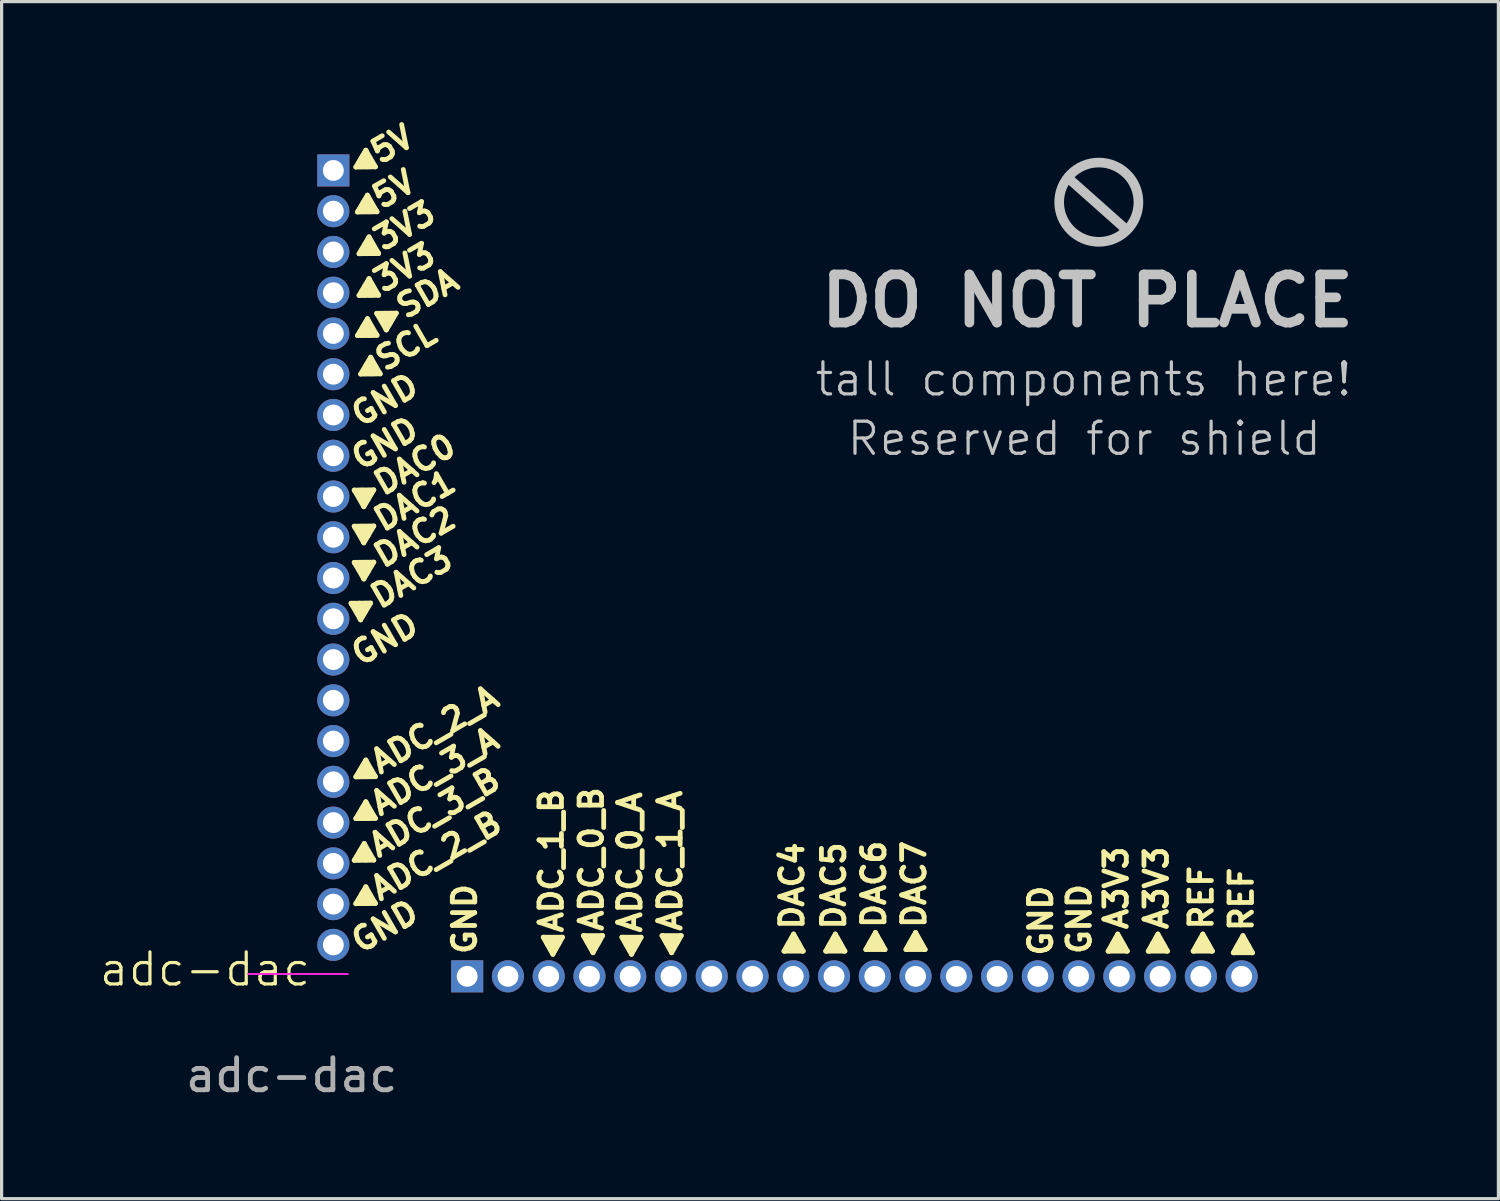
<source format=kicad_pcb>
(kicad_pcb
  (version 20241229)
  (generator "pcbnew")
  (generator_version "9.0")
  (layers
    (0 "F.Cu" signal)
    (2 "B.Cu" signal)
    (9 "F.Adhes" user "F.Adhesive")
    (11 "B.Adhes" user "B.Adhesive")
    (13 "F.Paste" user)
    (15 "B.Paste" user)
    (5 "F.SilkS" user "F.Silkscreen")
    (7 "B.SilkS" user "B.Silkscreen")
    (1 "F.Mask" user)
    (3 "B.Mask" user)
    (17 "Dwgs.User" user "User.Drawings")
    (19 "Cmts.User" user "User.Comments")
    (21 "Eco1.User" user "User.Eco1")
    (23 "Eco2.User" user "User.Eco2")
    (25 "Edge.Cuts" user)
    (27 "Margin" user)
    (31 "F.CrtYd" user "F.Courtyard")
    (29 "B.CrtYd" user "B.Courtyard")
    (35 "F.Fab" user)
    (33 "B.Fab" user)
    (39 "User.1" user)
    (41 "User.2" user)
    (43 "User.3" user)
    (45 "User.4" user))
  (footprint "adc-dac"
    (layer "F.Cu")
    (at 6.136 28.5)
    (property "Reference" "adc-dac" (at -2.8 -1.35 0) (unlocked yes) (layer "F.SilkS") (effects (font (size 1 1) (thickness 0.1))))
    (attr through_hole)
    (fp_line (start 24.1 -26) (end 25.9 -24.4) (stroke (width 0.3) (type default)) (layer "Dwgs.User"))
    (fp_circle (center 25.05 -25.25) (end 26.285 -25.25) (stroke (width 0.3) (type default)) (fill no) (layer "Dwgs.User"))
    (fp_line (start 1.65 -1.2) (end -1.45 -1.2) (stroke (width 0.05) (type solid)) (layer "F.CrtYd"))
    (fp_line (start 1.65 -1.2) (end -1.45 -1.2) (stroke (width 0.05) (type solid)) (layer "F.CrtYd"))
    (fp_text user "▶REF" (at 29.9 -1.6 90) (unlocked yes) (layer "F.SilkS") (effects (font (size 0.7 0.7) (thickness 0.15)) (justify left bottom)))
    (fp_text user "◀ADC_0_A" (at 10.85 -1.55 90) (unlocked yes) (layer "F.SilkS") (effects (font (size 0.7 0.7) (thickness 0.15)) (justify left bottom)))
    (fp_text user "▶A3V3" (at 27.25 -1.65 90) (unlocked yes) (layer "F.SilkS") (effects (font (size 0.7 0.7) (thickness 0.15)) (justify left bottom)))
    (fp_text user "◀ADC_3_B" (at 1.8 -4.3 30) (unlocked yes) (layer "F.SilkS") (effects (font (size 0.7 0.7) (thickness 0.15)) (justify left bottom)))
    (fp_text user "GND" (at 5.7 -1.75 90) (unlocked yes) (layer "F.SilkS") (effects (font (size 0.7 0.7) (thickness 0.15)) (justify left bottom)))
    (fp_text user "GND" (at 23.65 -1.7 90) (unlocked yes) (layer "F.SilkS") (effects (font (size 0.7 0.7) (thickness 0.15)) (justify left bottom)))
    (fp_text user "GND" (at 24.85 -1.75 90) (unlocked yes) (layer "F.SilkS") (effects (font (size 0.7 0.7) (thickness 0.15)) (justify left bottom)))
    (fp_text user "▶DAC4" (at 15.9 -1.65 90) (unlocked yes) (layer "F.SilkS") (effects (font (size 0.7 0.7) (thickness 0.15)) (justify left bottom)))
    (fp_text user "▶DAC0" (at 1.95 -15.576 30) (unlocked yes) (layer "F.SilkS") (effects (font (size 0.7 0.7) (thickness 0.15)) (justify left bottom)))
    (fp_text user "▶DAC5" (at 17.2 -1.65 90) (unlocked yes) (layer "F.SilkS") (effects (font (size 0.7 0.7) (thickness 0.15)) (justify left bottom)))
    (fp_text user "◀ADC_1_A" (at 12.1 -1.6 90) (unlocked yes) (layer "F.SilkS") (effects (font (size 0.7 0.7) (thickness 0.15)) (justify left bottom)))
    (fp_text user "▶A3V3" (at 26 -1.65 90) (unlocked yes) (layer "F.SilkS") (effects (font (size 0.7 0.7) (thickness 0.15)) (justify left bottom)))
    (fp_text user "▶REF" (at 28.65 -1.65 90) (unlocked yes) (layer "F.SilkS") (effects (font (size 0.7 0.7) (thickness 0.15)) (justify left bottom)))
    (fp_text user "◀ADC_3_A" (at 1.85 -5.6 30) (unlocked yes) (layer "F.SilkS") (effects (font (size 0.7 0.7) (thickness 0.15)) (justify left bottom)))
    (fp_text user "GND" (at 2 -10.7 30) (unlocked yes) (layer "F.SilkS") (effects (font (size 0.7 0.7) (thickness 0.15)) (justify left bottom)))
    (fp_text user "◀5V" (at 1.85 -25.9 30) (unlocked yes) (layer "F.SilkS") (effects (font (size 0.7 0.7) (thickness 0.15)) (justify left bottom)))
    (fp_text user "GND" (at 2 -1.75 30) (unlocked yes) (layer "F.SilkS") (effects (font (size 0.7 0.7) (thickness 0.15)) (justify left bottom)))
    (fp_text user "◀3V3" (at 1.95 -21.9 30) (unlocked yes) (layer "F.SilkS") (effects (font (size 0.7 0.7) (thickness 0.15)) (justify left bottom)))
    (fp_text user "◀5V" (at 1.9 -24.5 30) (unlocked yes) (layer "F.SilkS") (effects (font (size 0.7 0.7) (thickness 0.15)) (justify left bottom)))
    (fp_text user "GND" (at 2 -16.8 30) (unlocked yes) (layer "F.SilkS") (effects (font (size 0.7 0.7) (thickness 0.15)) (justify left bottom)))
    (fp_text user "◀ADC_2_A" (at 1.85 -6.9 30) (unlocked yes) (layer "F.SilkS") (effects (font (size 0.7 0.7) (thickness 0.15)) (justify left bottom)))
    (fp_text user "◀ADC_2_B" (at 1.85 -2.95 30) (unlocked yes) (layer "F.SilkS") (effects (font (size 0.7 0.7) (thickness 0.15)) (justify left bottom)))
    (fp_text user "◀ADC_0_B" (at 9.65 -1.6 90) (unlocked yes) (layer "F.SilkS") (effects (font (size 0.7 0.7) (thickness 0.15)) (justify left bottom)))
    (fp_text user "▶DAC3" (at 1.85 -12.05 30) (unlocked yes) (layer "F.SilkS") (effects (font (size 0.7 0.7) (thickness 0.15)) (justify left bottom)))
    (fp_text user "▶DAC2" (at 1.95 -13.324 30) (unlocked yes) (layer "F.SilkS") (effects (font (size 0.7 0.7) (thickness 0.15)) (justify left bottom)))
    (fp_text user "◀▶SDA" (at 1.9 -20.65 30) (unlocked yes) (layer "F.SilkS") (effects (font (size 0.7 0.7) (thickness 0.15)) (justify left bottom)))
    (fp_text user "◀SCL" (at 2 -19.45 30) (unlocked yes) (layer "F.SilkS") (effects (font (size 0.7 0.7) (thickness 0.15)) (justify left bottom)))
    (fp_text user "◀3V3" (at 1.95 -23.2 30) (unlocked yes) (layer "F.SilkS") (effects (font (size 0.7 0.7) (thickness 0.15)) (justify left bottom)))
    (fp_text user "▶DAC1" (at 1.95 -14.45 30) (unlocked yes) (layer "F.SilkS") (effects (font (size 0.7 0.7) (thickness 0.15)) (justify left bottom)))
    (fp_text user "▶DAC6" (at 18.45 -1.7 90) (unlocked yes) (layer "F.SilkS") (effects (font (size 0.7 0.7) (thickness 0.15)) (justify left bottom)))
    (fp_text user "GND" (at 2 -18.15 30) (unlocked yes) (layer "F.SilkS") (effects (font (size 0.7 0.7) (thickness 0.15)) (justify left bottom)))
    (fp_text user "▶DAC7" (at 19.7 -1.7 90) (unlocked yes) (layer "F.SilkS") (effects (font (size 0.7 0.7) (thickness 0.15)) (justify left bottom)))
    (fp_text user "◀ADC_1_B" (at 8.4 -1.55 90) (unlocked yes) (layer "F.SilkS") (effects (font (size 0.7 0.7) (thickness 0.15)) (justify left bottom)))
    (fp_text user "DO NOT PLACE " (at 16.25 -21.3 0) (unlocked yes) (layer "Dwgs.User") (effects (font (size 1.5 1.5) (thickness 0.3)) (justify left bottom)))
    (fp_text user "tall components here!" (at 16.15 -19.15 0) (unlocked yes) (layer "Dwgs.User") (effects (font (size 1 1) (thickness 0.1)) (justify left bottom)))
    (fp_text user "Reserved for shield" (at 17.15 -17.3 0) (unlocked yes) (layer "Dwgs.User") (effects (font (size 1 1) (thickness 0.1)) (justify left bottom)))
    (fp_text user "${REFERENCE}" (at -0.1 1.95 0) (unlocked yes) (layer "F.Fab") (effects (font (size 1 1) (thickness 0.15))))
    (pad "1" thru_hole rect (at 1.2 -26.24) (size 1 1) (drill 0.65) (layers "*.Cu" "*.Mask"))
    (pad "2" thru_hole oval (at 1.2 -24.97) (size 1 1) (drill 0.65) (layers "*.Cu" "*.Mask"))
    (pad "3" thru_hole oval (at 1.2 -23.7) (size 1 1) (drill 0.65) (layers "*.Cu" "*.Mask"))
    (pad "4" thru_hole oval (at 1.2 -22.43) (size 1 1) (drill 0.65) (layers "*.Cu" "*.Mask"))
    (pad "5" thru_hole oval (at 1.2 -21.16) (size 1 1) (drill 0.65) (layers "*.Cu" "*.Mask"))
    (pad "6" thru_hole oval (at 1.2 -19.89) (size 1 1) (drill 0.65) (layers "*.Cu" "*.Mask"))
    (pad "7" thru_hole oval (at 1.2 -18.62) (size 1 1) (drill 0.65) (layers "*.Cu" "*.Mask"))
    (pad "8" thru_hole oval (at 1.2 -17.35) (size 1 1) (drill 0.65) (layers "*.Cu" "*.Mask"))
    (pad "9" thru_hole oval (at 1.2 -16.08) (size 1 1) (drill 0.65) (layers "*.Cu" "*.Mask"))
    (pad "10" thru_hole oval (at 1.2 -14.81) (size 1 1) (drill 0.65) (layers "*.Cu" "*.Mask"))
    (pad "11" thru_hole oval (at 1.2 -13.54) (size 1 1) (drill 0.65) (layers "*.Cu" "*.Mask"))
    (pad "12" thru_hole oval (at 1.2 -12.27) (size 1 1) (drill 0.65) (layers "*.Cu" "*.Mask"))
    (pad "13" thru_hole oval (at 1.2 -11) (size 1 1) (drill 0.65) (layers "*.Cu" "*.Mask"))
    (pad "14" thru_hole oval (at 1.2 -9.73) (size 1 1) (drill 0.65) (layers "*.Cu" "*.Mask"))
    (pad "15" thru_hole oval (at 1.2 -8.46) (size 1 1) (drill 0.65) (layers "*.Cu" "*.Mask"))
    (pad "16" thru_hole oval (at 1.2 -7.19) (size 1 1) (drill 0.65) (layers "*.Cu" "*.Mask"))
    (pad "17" thru_hole oval (at 1.2 -5.92) (size 1 1) (drill 0.65) (layers "*.Cu" "*.Mask"))
    (pad "18" thru_hole oval (at 1.2 -4.65) (size 1 1) (drill 0.65) (layers "*.Cu" "*.Mask"))
    (pad "19" thru_hole oval (at 1.2 -3.38) (size 1 1) (drill 0.65) (layers "*.Cu" "*.Mask"))
    (pad "20" thru_hole oval (at 1.2 -2.11) (size 1 1) (drill 0.65) (layers "*.Cu" "*.Mask"))
    (pad "21" thru_hole rect (at 5.37 -1.13 90) (size 1 1) (drill 0.65) (layers "*.Cu" "*.Mask"))
    (pad "22" thru_hole oval (at 6.64 -1.13 90) (size 1 1) (drill 0.65) (layers "*.Cu" "*.Mask"))
    (pad "23" thru_hole oval (at 7.91 -1.13 90) (size 1 1) (drill 0.65) (layers "*.Cu" "*.Mask"))
    (pad "24" thru_hole oval (at 9.18 -1.13 90) (size 1 1) (drill 0.65) (layers "*.Cu" "*.Mask"))
    (pad "25" thru_hole oval (at 10.45 -1.13 90) (size 1 1) (drill 0.65) (layers "*.Cu" "*.Mask"))
    (pad "26" thru_hole oval (at 11.72 -1.13 90) (size 1 1) (drill 0.65) (layers "*.Cu" "*.Mask"))
    (pad "27" thru_hole oval (at 12.99 -1.13 90) (size 1 1) (drill 0.65) (layers "*.Cu" "*.Mask"))
    (pad "28" thru_hole oval (at 14.26 -1.13 90) (size 1 1) (drill 0.65) (layers "*.Cu" "*.Mask"))
    (pad "29" thru_hole oval (at 15.53 -1.13 90) (size 1 1) (drill 0.65) (layers "*.Cu" "*.Mask"))
    (pad "30" thru_hole oval (at 16.8 -1.13 90) (size 1 1) (drill 0.65) (layers "*.Cu" "*.Mask"))
    (pad "31" thru_hole oval (at 18.07 -1.13 90) (size 1 1) (drill 0.65) (layers "*.Cu" "*.Mask"))
    (pad "32" thru_hole oval (at 19.34 -1.13 90) (size 1 1) (drill 0.65) (layers "*.Cu" "*.Mask"))
    (pad "33" thru_hole oval (at 20.61 -1.13 90) (size 1 1) (drill 0.65) (layers "*.Cu" "*.Mask"))
    (pad "34" thru_hole oval (at 21.88 -1.13 90) (size 1 1) (drill 0.65) (layers "*.Cu" "*.Mask"))
    (pad "35" thru_hole oval (at 23.15 -1.13 90) (size 1 1) (drill 0.65) (layers "*.Cu" "*.Mask"))
    (pad "36" thru_hole oval (at 24.42 -1.13 90) (size 1 1) (drill 0.65) (layers "*.Cu" "*.Mask"))
    (pad "37" thru_hole oval (at 25.69 -1.13 90) (size 1 1) (drill 0.65) (layers "*.Cu" "*.Mask"))
    (pad "38" thru_hole oval (at 26.96 -1.13 90) (size 1 1) (drill 0.65) (layers "*.Cu" "*.Mask"))
    (pad "39" thru_hole oval (at 28.23 -1.13 90) (size 1 1) (drill 0.65) (layers "*.Cu" "*.Mask"))
    (pad "40" thru_hole oval (at 29.5 -1.13 90) (size 1 1) (drill 0.65) (layers "*.Cu" "*.Mask"))
    (zone (net_name "") (layer "Dwgs.User") (name "DO NOT PLACE") (hatch edge 0.5) (connect_pads) (min_thickness 0.25) (filled_areas_thickness no) (keepout (tracks allowed) (vias allowed) (pads allowed) (copperpour allowed) (footprints allowed)) (placement (enabled no)) (fill) (polygon (pts (xy 6.236 28.4) (xy 6.236 0) (xy 40.636 0) (xy 40.636 28.45)))))
  (gr_rect
    (start -3 -3)
    (end 43.636 34.298)
    (stroke (width 0.1) (type default))
    (fill no)
    (layer "Edge.Cuts")))
</source>
